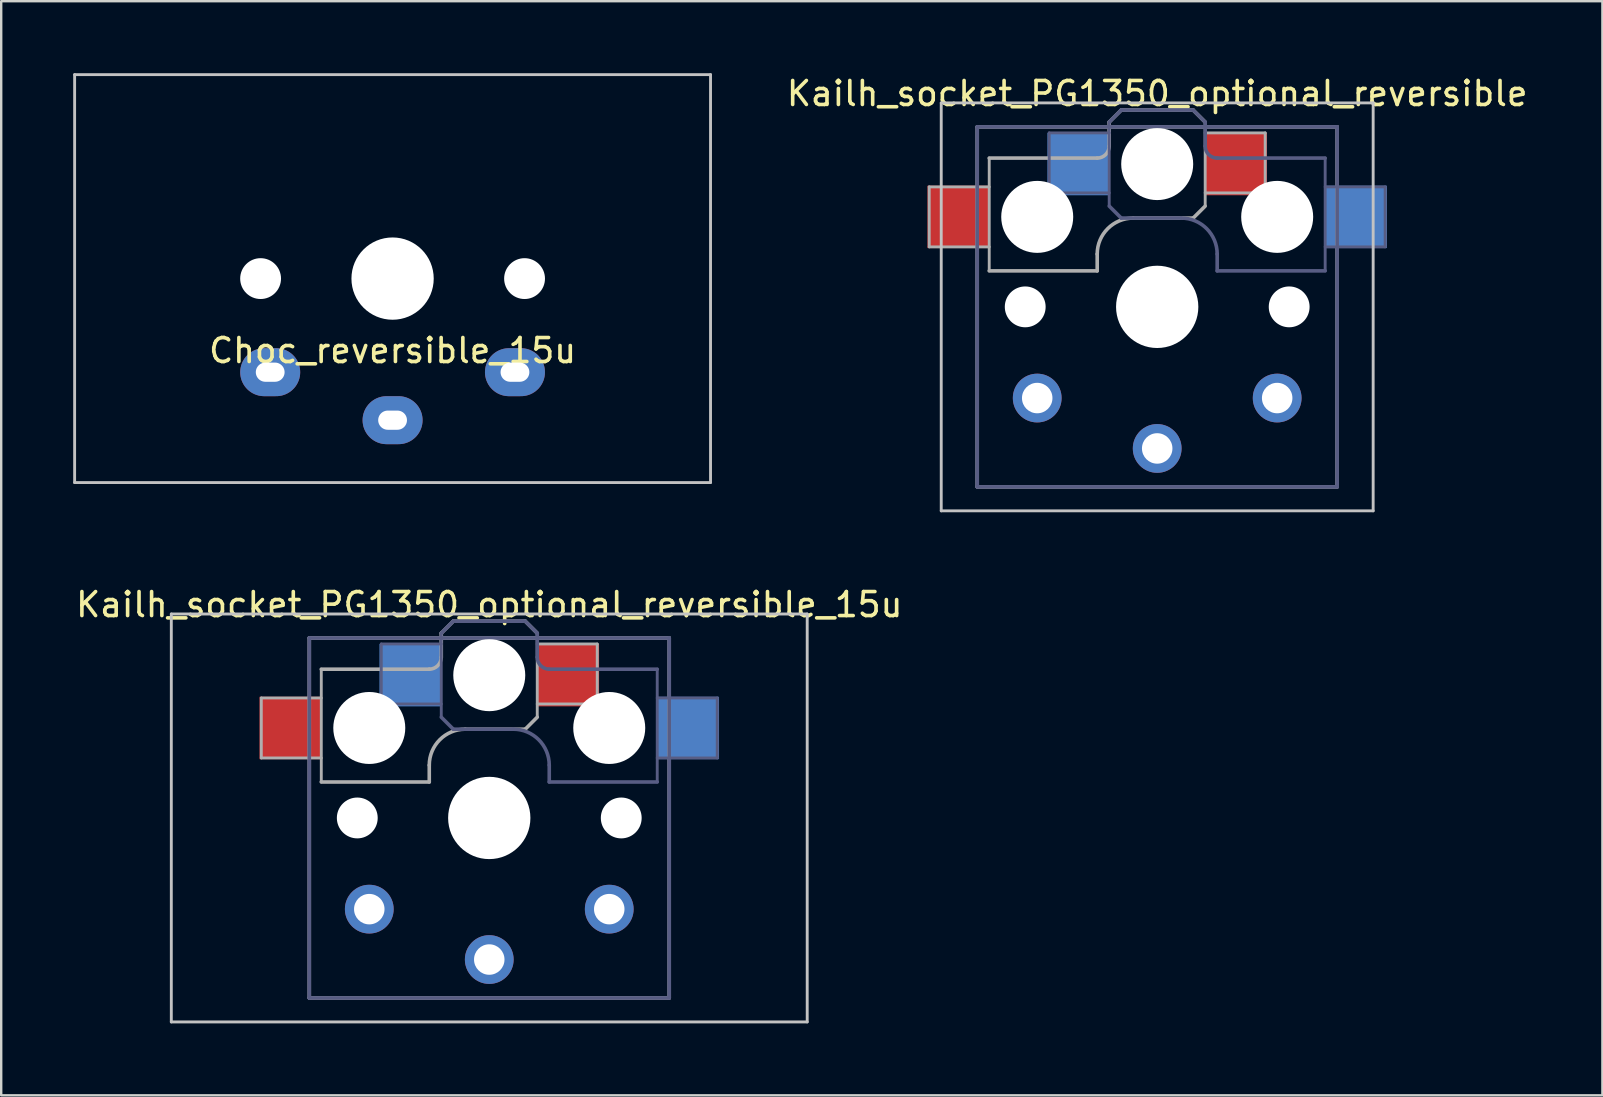
<source format=kicad_pcb>
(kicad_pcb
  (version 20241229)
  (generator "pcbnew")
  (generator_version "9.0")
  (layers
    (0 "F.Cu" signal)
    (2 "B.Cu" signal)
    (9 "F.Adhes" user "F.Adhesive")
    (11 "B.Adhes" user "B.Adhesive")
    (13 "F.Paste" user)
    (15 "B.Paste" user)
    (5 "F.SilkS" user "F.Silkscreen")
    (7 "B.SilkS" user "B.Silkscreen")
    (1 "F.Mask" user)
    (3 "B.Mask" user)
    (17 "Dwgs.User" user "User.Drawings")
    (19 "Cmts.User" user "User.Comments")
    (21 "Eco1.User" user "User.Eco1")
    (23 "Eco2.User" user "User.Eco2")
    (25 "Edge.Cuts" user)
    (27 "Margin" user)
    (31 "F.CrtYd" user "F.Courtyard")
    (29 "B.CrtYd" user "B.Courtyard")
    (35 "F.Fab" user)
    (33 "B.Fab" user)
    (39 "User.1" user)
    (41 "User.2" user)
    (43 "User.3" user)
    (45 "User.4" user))
  (footprint "Choc_reversible_15u"
    (layer "F.Cu")
    (at 13.31 8.56)
    (property "Reference" "Choc_reversible_15u" (at 0 3 0) (layer "F.SilkS") (effects (font (size 1 1) (thickness 0.15))))
    (attr through_hole)
    (fp_line (start -13.25 -8.5) (end 13.25 -8.5) (stroke (width 0.12) (type solid)) (layer "Dwgs.User"))
    (fp_line (start -13.25 8.5) (end -13.25 -8.5) (stroke (width 0.12) (type solid)) (layer "Dwgs.User"))
    (fp_line (start 13.25 -8.5) (end 13.25 8.5) (stroke (width 0.12) (type solid)) (layer "Dwgs.User"))
    (fp_line (start 13.25 8.5) (end -13.25 8.5) (stroke (width 0.12) (type solid)) (layer "Dwgs.User"))
    (fp_line (start -6.9 6.9) (end -6.9 -6.9) (stroke (width 0.15) (type solid)) (layer "Eco2.User"))
    (fp_line (start -6.9 6.9) (end 6.9 6.9) (stroke (width 0.15) (type solid)) (layer "Eco2.User"))
    (fp_line (start 6.9 -6.9) (end -6.9 -6.9) (stroke (width 0.15) (type solid)) (layer "Eco2.User"))
    (fp_line (start 6.9 -6.9) (end 6.9 6.9) (stroke (width 0.15) (type solid)) (layer "Eco2.User"))
    (pad "" np_thru_hole circle (at -5.5 0) (size 1.702 1.702) (drill 1.702) (layers "*.Cu" "*.Mask"))
    (pad "" np_thru_hole circle (at 0 0) (size 3.429 3.429) (drill 3.429) (layers "*.Cu" "*.Mask"))
    (pad "" np_thru_hole circle (at 5.5 0) (size 1.702 1.702) (drill 1.702) (layers "*.Cu" "*.Mask"))
    (pad "1" thru_hole oval (at -5.1 3.9) (size 2.5 2) (drill oval 1.2 0.8) (layers "*.Cu" "B.Mask"))
    (pad "1" thru_hole oval (at 5.1 3.9) (size 2.5 2) (drill oval 1.2 0.8) (layers "*.Cu" "F.Mask"))
    (pad "2" thru_hole oval (at 0 5.9) (size 2.5 2) (drill oval 1.2 0.8) (layers "*.Cu" "*.Mask")))
  (footprint "Kailh_socket_PG1350_optional_reversible"
    (layer "F.Cu")
    (at 45.174 9.738)
    (property "Reference" "Kailh_socket_PG1350_optional_reversible" (at 0 -8.89 0) (layer "F.SilkS") (effects (font (size 1 1) (thickness 0.15))))
    (attr through_hole)
    (fp_line (start -9 -8.5) (end 9 -8.5) (stroke (width 0.12) (type solid)) (layer "Dwgs.User"))
    (fp_line (start -9 8.5) (end -9 -8.5) (stroke (width 0.12) (type solid)) (layer "Dwgs.User"))
    (fp_line (start 9 -8.5) (end 9 8.5) (stroke (width 0.12) (type solid)) (layer "Dwgs.User"))
    (fp_line (start 9 8.5) (end -9 8.5) (stroke (width 0.12) (type solid)) (layer "Dwgs.User"))
    (fp_line (start -6.9 6.9) (end -6.9 -6.9) (stroke (width 0.15) (type solid)) (layer "Eco2.User"))
    (fp_line (start -6.9 6.9) (end 6.9 6.9) (stroke (width 0.15) (type solid)) (layer "Eco2.User"))
    (fp_line (start -2.6 -3.1) (end -2.6 -6.3) (stroke (width 0.15) (type solid)) (layer "Eco2.User"))
    (fp_line (start -2.6 -3.1) (end 2.6 -3.1) (stroke (width 0.15) (type solid)) (layer "Eco2.User"))
    (fp_line (start 2.6 -6.3) (end -2.6 -6.3) (stroke (width 0.15) (type solid)) (layer "Eco2.User"))
    (fp_line (start 2.6 -3.1) (end 2.6 -6.3) (stroke (width 0.15) (type solid)) (layer "Eco2.User"))
    (fp_line (start 6.9 -6.9) (end -6.9 -6.9) (stroke (width 0.15) (type solid)) (layer "Eco2.User"))
    (fp_line (start 6.9 -6.9) (end 6.9 6.9) (stroke (width 0.15) (type solid)) (layer "Eco2.User"))
    (fp_line (start -7.5 -7.5) (end 7.5 -7.5) (stroke (width 0.15) (type solid)) (layer "B.Fab"))
    (fp_line (start -7.5 7.5) (end -7.5 -7.5) (stroke (width 0.15) (type solid)) (layer "B.Fab"))
    (fp_line (start -4.5 -7.25) (end -2 -7.25) (stroke (width 0.12) (type solid)) (layer "B.Fab"))
    (fp_line (start -4.5 -4.75) (end -4.5 -7.25) (stroke (width 0.12) (type solid)) (layer "B.Fab"))
    (fp_line (start -2 -7.7) (end -1.5 -8.2) (stroke (width 0.15) (type solid)) (layer "B.Fab"))
    (fp_line (start -2 -4.75) (end -4.5 -4.75) (stroke (width 0.12) (type solid)) (layer "B.Fab"))
    (fp_line (start -2 -4.25) (end -2 -7.7) (stroke (width 0.12) (type solid)) (layer "B.Fab"))
    (fp_line (start -2 -4.2) (end -1.5 -3.7) (stroke (width 0.15) (type solid)) (layer "B.Fab"))
    (fp_line (start -1.5 -8.2) (end 1.5 -8.2) (stroke (width 0.15) (type solid)) (layer "B.Fab"))
    (fp_line (start -1.5 -3.7) (end 1 -3.7) (stroke (width 0.15) (type solid)) (layer "B.Fab"))
    (fp_line (start 1.5 -8.2) (end 2 -7.7) (stroke (width 0.15) (type solid)) (layer "B.Fab"))
    (fp_line (start 2 -6.7) (end 2 -7.7) (stroke (width 0.15) (type solid)) (layer "B.Fab"))
    (fp_line (start 2.5 -2.2) (end 2.5 -1.5) (stroke (width 0.15) (type solid)) (layer "B.Fab"))
    (fp_line (start 2.5 -1.5) (end 7 -1.5) (stroke (width 0.15) (type solid)) (layer "B.Fab"))
    (fp_line (start 7 -6.2) (end 2.5 -6.2) (stroke (width 0.15) (type solid)) (layer "B.Fab"))
    (fp_line (start 7 -5) (end 9.5 -5) (stroke (width 0.12) (type solid)) (layer "B.Fab"))
    (fp_line (start 7 -1.5) (end 7 -6.2) (stroke (width 0.12) (type solid)) (layer "B.Fab"))
    (fp_line (start 7.5 -7.5) (end 7.5 7.5) (stroke (width 0.15) (type solid)) (layer "B.Fab"))
    (fp_line (start 7.5 7.5) (end -7.5 7.5) (stroke (width 0.15) (type solid)) (layer "B.Fab"))
    (fp_line (start 9.5 -5) (end 9.5 -2.5) (stroke (width 0.12) (type solid)) (layer "B.Fab"))
    (fp_line (start 9.5 -2.5) (end 7 -2.5) (stroke (width 0.12) (type solid)) (layer "B.Fab"))
    (fp_arc (start 1 -3.7) (mid 2.06066 -3.26066) (end 2.5 -2.2) (stroke (width 0.15) (type solid)) (layer "B.Fab"))
    (fp_arc (start 2.5 -6.2) (mid 2.146447 -6.346447) (end 2 -6.7) (stroke (width 0.15) (type solid)) (layer "B.Fab"))
    (fp_line (start -9.5 -5) (end -9.5 -2.5) (stroke (width 0.12) (type solid)) (layer "F.Fab"))
    (fp_line (start -9.5 -2.5) (end -7 -2.5) (stroke (width 0.12) (type solid)) (layer "F.Fab"))
    (fp_line (start -7.5 -7.5) (end 7.5 -7.5) (stroke (width 0.15) (type solid)) (layer "F.Fab"))
    (fp_line (start -7.5 7.5) (end -7.5 -7.5) (stroke (width 0.15) (type solid)) (layer "F.Fab"))
    (fp_line (start -7 -6.2) (end -2.5 -6.2) (stroke (width 0.15) (type solid)) (layer "F.Fab"))
    (fp_line (start -7 -5) (end -9.5 -5) (stroke (width 0.12) (type solid)) (layer "F.Fab"))
    (fp_line (start -7 -1.5) (end -7 -6.2) (stroke (width 0.12) (type solid)) (layer "F.Fab"))
    (fp_line (start -2.5 -2.2) (end -2.5 -1.5) (stroke (width 0.15) (type solid)) (layer "F.Fab"))
    (fp_line (start -2.5 -1.5) (end -7 -1.5) (stroke (width 0.15) (type solid)) (layer "F.Fab"))
    (fp_line (start -2 -6.7) (end -2 -7.7) (stroke (width 0.15) (type solid)) (layer "F.Fab"))
    (fp_line (start -1.5 -8.2) (end -2 -7.7) (stroke (width 0.15) (type solid)) (layer "F.Fab"))
    (fp_line (start 1.5 -8.2) (end -1.5 -8.2) (stroke (width 0.15) (type solid)) (layer "F.Fab"))
    (fp_line (start 1.5 -3.7) (end -1 -3.7) (stroke (width 0.15) (type solid)) (layer "F.Fab"))
    (fp_line (start 2 -7.7) (end 1.5 -8.2) (stroke (width 0.15) (type solid)) (layer "F.Fab"))
    (fp_line (start 2 -4.75) (end 4.5 -4.75) (stroke (width 0.12) (type solid)) (layer "F.Fab"))
    (fp_line (start 2 -4.25) (end 2 -7.7) (stroke (width 0.12) (type solid)) (layer "F.Fab"))
    (fp_line (start 2 -4.2) (end 1.5 -3.7) (stroke (width 0.15) (type solid)) (layer "F.Fab"))
    (fp_line (start 4.5 -7.25) (end 2 -7.25) (stroke (width 0.12) (type solid)) (layer "F.Fab"))
    (fp_line (start 4.5 -4.75) (end 4.5 -7.25) (stroke (width 0.12) (type solid)) (layer "F.Fab"))
    (fp_line (start 7.5 -7.5) (end 7.5 7.5) (stroke (width 0.15) (type solid)) (layer "F.Fab"))
    (fp_line (start 7.5 7.5) (end -7.5 7.5) (stroke (width 0.15) (type solid)) (layer "F.Fab"))
    (fp_arc (start -2.5 -2.2) (mid -2.06066 -3.26066) (end -1 -3.7) (stroke (width 0.15) (type solid)) (layer "F.Fab"))
    (fp_arc (start -2 -6.7) (mid -2.146447 -6.346447) (end -2.5 -6.2) (stroke (width 0.15) (type solid)) (layer "F.Fab"))
    (pad "" np_thru_hole circle (at -5.5 0) (size 1.702 1.702) (drill 1.702) (layers "*.Cu" "*.Mask"))
    (pad "" np_thru_hole circle (at -5 -3.75) (size 3 3) (drill 3) (layers "*.Cu" "*.Mask"))
    (pad "" np_thru_hole circle (at 0 -5.95) (size 3 3) (drill 3) (layers "*.Cu" "*.Mask"))
    (pad "" np_thru_hole circle (at 0 0) (size 3.429 3.429) (drill 3.429) (layers "*.Cu" "*.Mask"))
    (pad "" np_thru_hole circle (at 5 -3.75) (size 3 3) (drill 3) (layers "*.Cu" "*.Mask"))
    (pad "" np_thru_hole circle (at 5.5 0) (size 1.702 1.702) (drill 1.702) (layers "*.Cu" "*.Mask"))
    (pad "1" smd rect (at -3.275 -5.95) (size 2.6 2.6) (layers "B.Cu" "B.Mask" "B.Paste"))
    (pad "1" thru_hole circle (at 0 5.9) (size 2.032 2.032) (drill 1.27) (layers "*.Cu" "*.Mask"))
    (pad "1" smd rect (at 3.275 -5.95) (size 2.6 2.6) (layers "F.Cu" "F.Mask" "F.Paste"))
    (pad "2" smd rect (at -8.275 -3.75) (size 2.6 2.6) (layers "F.Cu" "F.Mask" "F.Paste"))
    (pad "2" thru_hole circle (at -5 3.8) (size 2.032 2.032) (drill 1.27) (layers "*.Cu" "*.Mask"))
    (pad "2" thru_hole circle (at 5 3.8) (size 2.032 2.032) (drill 1.27) (layers "*.Cu" "*.Mask"))
    (pad "2" smd rect (at 8.275 -3.75) (size 2.6 2.6) (layers "B.Cu" "B.Mask" "B.Paste")))
  (footprint "Kailh_socket_PG1350_optional_reversible_15u"
    (layer "F.Cu")
    (at 17.339 31.037)
    (property "Reference" "Kailh_socket_PG1350_optional_reversible_15u" (at 0 -8.89 0) (layer "F.SilkS") (effects (font (size 1 1) (thickness 0.15))))
    (attr through_hole)
    (fp_line (start -13.25 -8.5) (end 13.25 -8.5) (stroke (width 0.12) (type solid)) (layer "Dwgs.User"))
    (fp_line (start -13.25 8.5) (end -13.25 -8.5) (stroke (width 0.12) (type solid)) (layer "Dwgs.User"))
    (fp_line (start 13.25 -8.5) (end 13.25 8.5) (stroke (width 0.12) (type solid)) (layer "Dwgs.User"))
    (fp_line (start 13.25 8.5) (end -13.25 8.5) (stroke (width 0.12) (type solid)) (layer "Dwgs.User"))
    (fp_line (start -6.9 6.9) (end -6.9 -6.9) (stroke (width 0.15) (type solid)) (layer "Eco2.User"))
    (fp_line (start -6.9 6.9) (end 6.9 6.9) (stroke (width 0.15) (type solid)) (layer "Eco2.User"))
    (fp_line (start -2.6 -3.1) (end -2.6 -6.3) (stroke (width 0.15) (type solid)) (layer "Eco2.User"))
    (fp_line (start -2.6 -3.1) (end 2.6 -3.1) (stroke (width 0.15) (type solid)) (layer "Eco2.User"))
    (fp_line (start 2.6 -6.3) (end -2.6 -6.3) (stroke (width 0.15) (type solid)) (layer "Eco2.User"))
    (fp_line (start 2.6 -3.1) (end 2.6 -6.3) (stroke (width 0.15) (type solid)) (layer "Eco2.User"))
    (fp_line (start 6.9 -6.9) (end -6.9 -6.9) (stroke (width 0.15) (type solid)) (layer "Eco2.User"))
    (fp_line (start 6.9 -6.9) (end 6.9 6.9) (stroke (width 0.15) (type solid)) (layer "Eco2.User"))
    (fp_line (start -7.5 -7.5) (end 7.5 -7.5) (stroke (width 0.15) (type solid)) (layer "B.Fab"))
    (fp_line (start -7.5 7.5) (end -7.5 -7.5) (stroke (width 0.15) (type solid)) (layer "B.Fab"))
    (fp_line (start -4.5 -7.25) (end -2 -7.25) (stroke (width 0.12) (type solid)) (layer "B.Fab"))
    (fp_line (start -4.5 -4.75) (end -4.5 -7.25) (stroke (width 0.12) (type solid)) (layer "B.Fab"))
    (fp_line (start -2 -7.7) (end -1.5 -8.2) (stroke (width 0.15) (type solid)) (layer "B.Fab"))
    (fp_line (start -2 -4.75) (end -4.5 -4.75) (stroke (width 0.12) (type solid)) (layer "B.Fab"))
    (fp_line (start -2 -4.25) (end -2 -7.7) (stroke (width 0.12) (type solid)) (layer "B.Fab"))
    (fp_line (start -2 -4.2) (end -1.5 -3.7) (stroke (width 0.15) (type solid)) (layer "B.Fab"))
    (fp_line (start -1.5 -8.2) (end 1.5 -8.2) (stroke (width 0.15) (type solid)) (layer "B.Fab"))
    (fp_line (start -1.5 -3.7) (end 1 -3.7) (stroke (width 0.15) (type solid)) (layer "B.Fab"))
    (fp_line (start 1.5 -8.2) (end 2 -7.7) (stroke (width 0.15) (type solid)) (layer "B.Fab"))
    (fp_line (start 2 -6.7) (end 2 -7.7) (stroke (width 0.15) (type solid)) (layer "B.Fab"))
    (fp_line (start 2.5 -2.2) (end 2.5 -1.5) (stroke (width 0.15) (type solid)) (layer "B.Fab"))
    (fp_line (start 2.5 -1.5) (end 7 -1.5) (stroke (width 0.15) (type solid)) (layer "B.Fab"))
    (fp_line (start 7 -6.2) (end 2.5 -6.2) (stroke (width 0.15) (type solid)) (layer "B.Fab"))
    (fp_line (start 7 -5) (end 9.5 -5) (stroke (width 0.12) (type solid)) (layer "B.Fab"))
    (fp_line (start 7 -1.5) (end 7 -6.2) (stroke (width 0.12) (type solid)) (layer "B.Fab"))
    (fp_line (start 7.5 -7.5) (end 7.5 7.5) (stroke (width 0.15) (type solid)) (layer "B.Fab"))
    (fp_line (start 7.5 7.5) (end -7.5 7.5) (stroke (width 0.15) (type solid)) (layer "B.Fab"))
    (fp_line (start 9.5 -5) (end 9.5 -2.5) (stroke (width 0.12) (type solid)) (layer "B.Fab"))
    (fp_line (start 9.5 -2.5) (end 7 -2.5) (stroke (width 0.12) (type solid)) (layer "B.Fab"))
    (fp_arc (start 1 -3.7) (mid 2.06066 -3.26066) (end 2.5 -2.2) (stroke (width 0.15) (type solid)) (layer "B.Fab"))
    (fp_arc (start 2.5 -6.2) (mid 2.146447 -6.346447) (end 2 -6.7) (stroke (width 0.15) (type solid)) (layer "B.Fab"))
    (fp_line (start -9.5 -5) (end -9.5 -2.5) (stroke (width 0.12) (type solid)) (layer "F.Fab"))
    (fp_line (start -9.5 -2.5) (end -7 -2.5) (stroke (width 0.12) (type solid)) (layer "F.Fab"))
    (fp_line (start -7.5 -7.5) (end 7.5 -7.5) (stroke (width 0.15) (type solid)) (layer "F.Fab"))
    (fp_line (start -7.5 7.5) (end -7.5 -7.5) (stroke (width 0.15) (type solid)) (layer "F.Fab"))
    (fp_line (start -7 -6.2) (end -2.5 -6.2) (stroke (width 0.15) (type solid)) (layer "F.Fab"))
    (fp_line (start -7 -5) (end -9.5 -5) (stroke (width 0.12) (type solid)) (layer "F.Fab"))
    (fp_line (start -7 -1.5) (end -7 -6.2) (stroke (width 0.12) (type solid)) (layer "F.Fab"))
    (fp_line (start -2.5 -2.2) (end -2.5 -1.5) (stroke (width 0.15) (type solid)) (layer "F.Fab"))
    (fp_line (start -2.5 -1.5) (end -7 -1.5) (stroke (width 0.15) (type solid)) (layer "F.Fab"))
    (fp_line (start -2 -6.7) (end -2 -7.7) (stroke (width 0.15) (type solid)) (layer "F.Fab"))
    (fp_line (start -1.5 -8.2) (end -2 -7.7) (stroke (width 0.15) (type solid)) (layer "F.Fab"))
    (fp_line (start 1.5 -8.2) (end -1.5 -8.2) (stroke (width 0.15) (type solid)) (layer "F.Fab"))
    (fp_line (start 1.5 -3.7) (end -1 -3.7) (stroke (width 0.15) (type solid)) (layer "F.Fab"))
    (fp_line (start 2 -7.7) (end 1.5 -8.2) (stroke (width 0.15) (type solid)) (layer "F.Fab"))
    (fp_line (start 2 -4.75) (end 4.5 -4.75) (stroke (width 0.12) (type solid)) (layer "F.Fab"))
    (fp_line (start 2 -4.25) (end 2 -7.7) (stroke (width 0.12) (type solid)) (layer "F.Fab"))
    (fp_line (start 2 -4.2) (end 1.5 -3.7) (stroke (width 0.15) (type solid)) (layer "F.Fab"))
    (fp_line (start 4.5 -7.25) (end 2 -7.25) (stroke (width 0.12) (type solid)) (layer "F.Fab"))
    (fp_line (start 4.5 -4.75) (end 4.5 -7.25) (stroke (width 0.12) (type solid)) (layer "F.Fab"))
    (fp_line (start 7.5 -7.5) (end 7.5 7.5) (stroke (width 0.15) (type solid)) (layer "F.Fab"))
    (fp_line (start 7.5 7.5) (end -7.5 7.5) (stroke (width 0.15) (type solid)) (layer "F.Fab"))
    (fp_arc (start -2.5 -2.2) (mid -2.06066 -3.26066) (end -1 -3.7) (stroke (width 0.15) (type solid)) (layer "F.Fab"))
    (fp_arc (start -2 -6.7) (mid -2.146447 -6.346447) (end -2.5 -6.2) (stroke (width 0.15) (type solid)) (layer "F.Fab"))
    (pad "" np_thru_hole circle (at -5.5 0) (size 1.702 1.702) (drill 1.702) (layers "*.Cu" "*.Mask"))
    (pad "" np_thru_hole circle (at -5 -3.75) (size 3 3) (drill 3) (layers "*.Cu" "*.Mask"))
    (pad "" np_thru_hole circle (at 0 -5.95) (size 3 3) (drill 3) (layers "*.Cu" "*.Mask"))
    (pad "" np_thru_hole circle (at 0 0) (size 3.429 3.429) (drill 3.429) (layers "*.Cu" "*.Mask"))
    (pad "" np_thru_hole circle (at 5 -3.75) (size 3 3) (drill 3) (layers "*.Cu" "*.Mask"))
    (pad "" np_thru_hole circle (at 5.5 0) (size 1.702 1.702) (drill 1.702) (layers "*.Cu" "*.Mask"))
    (pad "1" smd rect (at -3.275 -5.95) (size 2.6 2.6) (layers "B.Cu" "B.Mask" "B.Paste"))
    (pad "1" thru_hole circle (at 0 5.9) (size 2.032 2.032) (drill 1.27) (layers "*.Cu" "*.Mask"))
    (pad "1" smd rect (at 3.275 -5.95) (size 2.6 2.6) (layers "F.Cu" "F.Mask" "F.Paste"))
    (pad "2" smd rect (at -8.275 -3.75) (size 2.6 2.6) (layers "F.Cu" "F.Mask" "F.Paste"))
    (pad "2" thru_hole circle (at -5 3.8) (size 2.032 2.032) (drill 1.27) (layers "*.Cu" "*.Mask"))
    (pad "2" thru_hole circle (at 5 3.8) (size 2.032 2.032) (drill 1.27) (layers "*.Cu" "*.Mask"))
    (pad "2" smd rect (at 8.275 -3.75) (size 2.6 2.6) (layers "B.Cu" "B.Mask" "B.Paste")))
  (gr_rect
    (start -3 -3)
    (end 63.727 42.596)
    (stroke (width 0.1) (type default))
    (fill no)
    (layer "Edge.Cuts")))
</source>
